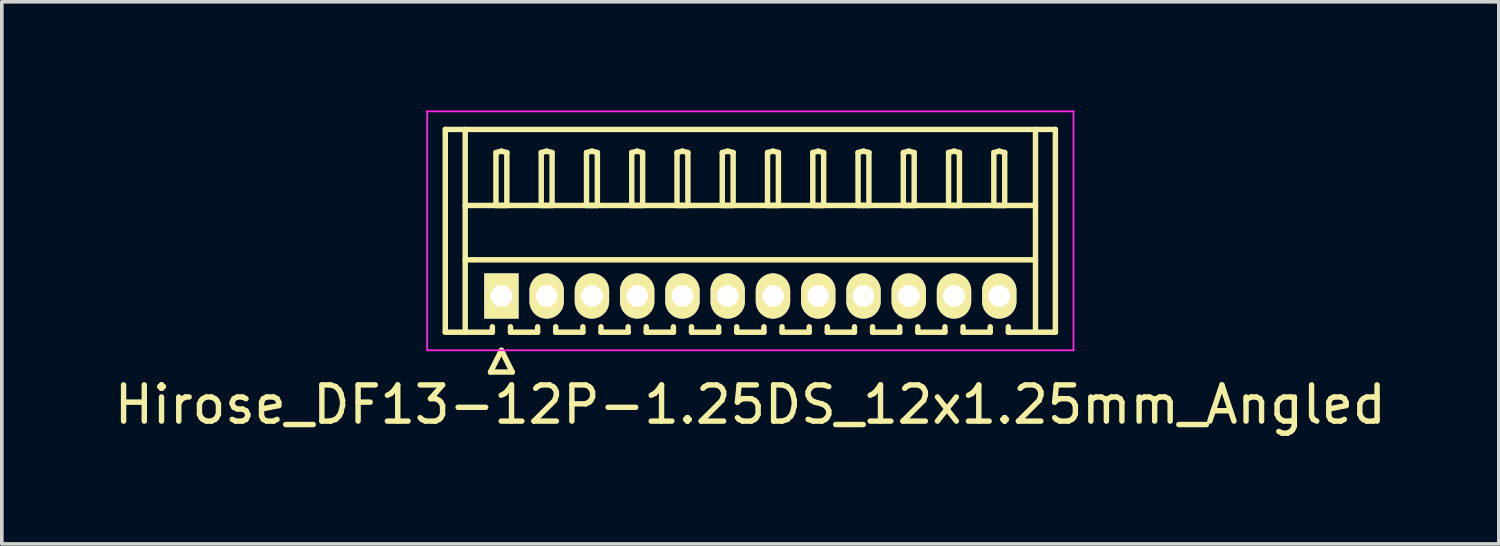
<source format=kicad_pcb>
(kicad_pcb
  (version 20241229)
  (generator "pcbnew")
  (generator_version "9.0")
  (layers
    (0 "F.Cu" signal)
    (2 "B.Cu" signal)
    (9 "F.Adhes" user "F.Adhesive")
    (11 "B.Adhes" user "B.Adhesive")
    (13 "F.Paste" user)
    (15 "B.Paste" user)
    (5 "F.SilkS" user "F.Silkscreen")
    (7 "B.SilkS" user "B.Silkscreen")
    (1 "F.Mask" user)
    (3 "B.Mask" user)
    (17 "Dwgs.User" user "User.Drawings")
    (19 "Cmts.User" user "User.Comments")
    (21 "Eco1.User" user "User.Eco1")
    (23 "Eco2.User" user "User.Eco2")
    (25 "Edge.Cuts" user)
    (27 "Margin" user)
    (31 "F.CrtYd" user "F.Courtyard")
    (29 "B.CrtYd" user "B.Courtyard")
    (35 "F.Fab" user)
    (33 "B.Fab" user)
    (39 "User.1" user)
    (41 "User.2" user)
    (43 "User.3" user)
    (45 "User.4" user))
  (footprint "Hirose_DF13-12P-1.25DS_12x1.25mm_Angled"
    (layer "F.Cu")
    (at 10.798 5.125)
    (property "Reference" "Hirose_DF13-12P-1.25DS_12x1.25mm_Angled" (at 6.875 3 0) (layer "F.SilkS") (effects (font (size 1 1) (thickness 0.15))))
    (attr through_hole)
    (fp_line (start -1.55 -4.6) (end 15.3 -4.6) (stroke (width 0.15) (type solid)) (layer "F.SilkS"))
    (fp_line (start -1.55 1) (end -1.55 -4.6) (stroke (width 0.15) (type solid)) (layer "F.SilkS"))
    (fp_line (start -1 -4.6) (end -1 1) (stroke (width 0.15) (type solid)) (layer "F.SilkS"))
    (fp_line (start -1 -2.5) (end 14.75 -2.5) (stroke (width 0.15) (type solid)) (layer "F.SilkS"))
    (fp_line (start -1 -1) (end 14.75 -1) (stroke (width 0.15) (type solid)) (layer "F.SilkS"))
    (fp_line (start -0.3 2.1) (end 0.3 2.1) (stroke (width 0.15) (type solid)) (layer "F.SilkS"))
    (fp_line (start -0.25 0.85) (end -0.25 1) (stroke (width 0.15) (type solid)) (layer "F.SilkS"))
    (fp_line (start -0.25 1) (end -1.55 1) (stroke (width 0.15) (type solid)) (layer "F.SilkS"))
    (fp_line (start -0.15 -3.962) (end 0 -4) (stroke (width 0.15) (type solid)) (layer "F.SilkS"))
    (fp_line (start -0.15 -2.5) (end -0.15 -3.962) (stroke (width 0.15) (type solid)) (layer "F.SilkS"))
    (fp_line (start 0 -4) (end 0.15 -3.962) (stroke (width 0.15) (type solid)) (layer "F.SilkS"))
    (fp_line (start 0 -2.5) (end -0.15 -2.5) (stroke (width 0.15) (type solid)) (layer "F.SilkS"))
    (fp_line (start 0 1.5) (end -0.3 2.1) (stroke (width 0.15) (type solid)) (layer "F.SilkS"))
    (fp_line (start 0.15 -3.962) (end 0.15 -2.5) (stroke (width 0.15) (type solid)) (layer "F.SilkS"))
    (fp_line (start 0.15 -2.5) (end 0 -2.5) (stroke (width 0.15) (type solid)) (layer "F.SilkS"))
    (fp_line (start 0.25 0.85) (end 0.25 1) (stroke (width 0.15) (type solid)) (layer "F.SilkS"))
    (fp_line (start 0.25 1) (end 1 1) (stroke (width 0.15) (type solid)) (layer "F.SilkS"))
    (fp_line (start 0.3 2.1) (end 0 1.5) (stroke (width 0.15) (type solid)) (layer "F.SilkS"))
    (fp_line (start 1 1) (end 1 0.85) (stroke (width 0.15) (type solid)) (layer "F.SilkS"))
    (fp_line (start 1.1 -3.962) (end 1.25 -4) (stroke (width 0.15) (type solid)) (layer "F.SilkS"))
    (fp_line (start 1.1 -2.5) (end 1.1 -3.962) (stroke (width 0.15) (type solid)) (layer "F.SilkS"))
    (fp_line (start 1.25 -4) (end 1.4 -3.962) (stroke (width 0.15) (type solid)) (layer "F.SilkS"))
    (fp_line (start 1.25 -2.5) (end 1.1 -2.5) (stroke (width 0.15) (type solid)) (layer "F.SilkS"))
    (fp_line (start 1.4 -3.962) (end 1.4 -2.5) (stroke (width 0.15) (type solid)) (layer "F.SilkS"))
    (fp_line (start 1.4 -2.5) (end 1.25 -2.5) (stroke (width 0.15) (type solid)) (layer "F.SilkS"))
    (fp_line (start 1.5 0.85) (end 1.5 1) (stroke (width 0.15) (type solid)) (layer "F.SilkS"))
    (fp_line (start 1.5 1) (end 2.25 1) (stroke (width 0.15) (type solid)) (layer "F.SilkS"))
    (fp_line (start 2.25 1) (end 2.25 0.85) (stroke (width 0.15) (type solid)) (layer "F.SilkS"))
    (fp_line (start 2.35 -3.962) (end 2.5 -4) (stroke (width 0.15) (type solid)) (layer "F.SilkS"))
    (fp_line (start 2.35 -2.5) (end 2.35 -3.962) (stroke (width 0.15) (type solid)) (layer "F.SilkS"))
    (fp_line (start 2.5 -4) (end 2.65 -3.962) (stroke (width 0.15) (type solid)) (layer "F.SilkS"))
    (fp_line (start 2.5 -2.5) (end 2.35 -2.5) (stroke (width 0.15) (type solid)) (layer "F.SilkS"))
    (fp_line (start 2.65 -3.962) (end 2.65 -2.5) (stroke (width 0.15) (type solid)) (layer "F.SilkS"))
    (fp_line (start 2.65 -2.5) (end 2.5 -2.5) (stroke (width 0.15) (type solid)) (layer "F.SilkS"))
    (fp_line (start 2.75 0.85) (end 2.75 1) (stroke (width 0.15) (type solid)) (layer "F.SilkS"))
    (fp_line (start 2.75 1) (end 3.5 1) (stroke (width 0.15) (type solid)) (layer "F.SilkS"))
    (fp_line (start 3.5 1) (end 3.5 0.85) (stroke (width 0.15) (type solid)) (layer "F.SilkS"))
    (fp_line (start 3.6 -3.962) (end 3.75 -4) (stroke (width 0.15) (type solid)) (layer "F.SilkS"))
    (fp_line (start 3.6 -2.5) (end 3.6 -3.962) (stroke (width 0.15) (type solid)) (layer "F.SilkS"))
    (fp_line (start 3.75 -4) (end 3.9 -3.962) (stroke (width 0.15) (type solid)) (layer "F.SilkS"))
    (fp_line (start 3.75 -2.5) (end 3.6 -2.5) (stroke (width 0.15) (type solid)) (layer "F.SilkS"))
    (fp_line (start 3.9 -3.962) (end 3.9 -2.5) (stroke (width 0.15) (type solid)) (layer "F.SilkS"))
    (fp_line (start 3.9 -2.5) (end 3.75 -2.5) (stroke (width 0.15) (type solid)) (layer "F.SilkS"))
    (fp_line (start 4 0.85) (end 4 1) (stroke (width 0.15) (type solid)) (layer "F.SilkS"))
    (fp_line (start 4 1) (end 4.75 1) (stroke (width 0.15) (type solid)) (layer "F.SilkS"))
    (fp_line (start 4.75 1) (end 4.75 0.85) (stroke (width 0.15) (type solid)) (layer "F.SilkS"))
    (fp_line (start 4.85 -3.962) (end 5 -4) (stroke (width 0.15) (type solid)) (layer "F.SilkS"))
    (fp_line (start 4.85 -2.5) (end 4.85 -3.962) (stroke (width 0.15) (type solid)) (layer "F.SilkS"))
    (fp_line (start 5 -4) (end 5.15 -3.962) (stroke (width 0.15) (type solid)) (layer "F.SilkS"))
    (fp_line (start 5 -2.5) (end 4.85 -2.5) (stroke (width 0.15) (type solid)) (layer "F.SilkS"))
    (fp_line (start 5.15 -3.962) (end 5.15 -2.5) (stroke (width 0.15) (type solid)) (layer "F.SilkS"))
    (fp_line (start 5.15 -2.5) (end 5 -2.5) (stroke (width 0.15) (type solid)) (layer "F.SilkS"))
    (fp_line (start 5.25 0.85) (end 5.25 1) (stroke (width 0.15) (type solid)) (layer "F.SilkS"))
    (fp_line (start 5.25 1) (end 6 1) (stroke (width 0.15) (type solid)) (layer "F.SilkS"))
    (fp_line (start 6 1) (end 6 0.85) (stroke (width 0.15) (type solid)) (layer "F.SilkS"))
    (fp_line (start 6.1 -3.962) (end 6.25 -4) (stroke (width 0.15) (type solid)) (layer "F.SilkS"))
    (fp_line (start 6.1 -2.5) (end 6.1 -3.962) (stroke (width 0.15) (type solid)) (layer "F.SilkS"))
    (fp_line (start 6.25 -4) (end 6.4 -3.962) (stroke (width 0.15) (type solid)) (layer "F.SilkS"))
    (fp_line (start 6.25 -2.5) (end 6.1 -2.5) (stroke (width 0.15) (type solid)) (layer "F.SilkS"))
    (fp_line (start 6.4 -3.962) (end 6.4 -2.5) (stroke (width 0.15) (type solid)) (layer "F.SilkS"))
    (fp_line (start 6.4 -2.5) (end 6.25 -2.5) (stroke (width 0.15) (type solid)) (layer "F.SilkS"))
    (fp_line (start 6.5 0.85) (end 6.5 1) (stroke (width 0.15) (type solid)) (layer "F.SilkS"))
    (fp_line (start 6.5 1) (end 7.25 1) (stroke (width 0.15) (type solid)) (layer "F.SilkS"))
    (fp_line (start 7.25 1) (end 7.25 0.85) (stroke (width 0.15) (type solid)) (layer "F.SilkS"))
    (fp_line (start 7.35 -3.962) (end 7.5 -4) (stroke (width 0.15) (type solid)) (layer "F.SilkS"))
    (fp_line (start 7.35 -2.5) (end 7.35 -3.962) (stroke (width 0.15) (type solid)) (layer "F.SilkS"))
    (fp_line (start 7.5 -4) (end 7.65 -3.962) (stroke (width 0.15) (type solid)) (layer "F.SilkS"))
    (fp_line (start 7.5 -2.5) (end 7.35 -2.5) (stroke (width 0.15) (type solid)) (layer "F.SilkS"))
    (fp_line (start 7.65 -3.962) (end 7.65 -2.5) (stroke (width 0.15) (type solid)) (layer "F.SilkS"))
    (fp_line (start 7.65 -2.5) (end 7.5 -2.5) (stroke (width 0.15) (type solid)) (layer "F.SilkS"))
    (fp_line (start 7.75 0.85) (end 7.75 1) (stroke (width 0.15) (type solid)) (layer "F.SilkS"))
    (fp_line (start 7.75 1) (end 8.5 1) (stroke (width 0.15) (type solid)) (layer "F.SilkS"))
    (fp_line (start 8.5 1) (end 8.5 0.85) (stroke (width 0.15) (type solid)) (layer "F.SilkS"))
    (fp_line (start 8.6 -3.962) (end 8.75 -4) (stroke (width 0.15) (type solid)) (layer "F.SilkS"))
    (fp_line (start 8.6 -2.5) (end 8.6 -3.962) (stroke (width 0.15) (type solid)) (layer "F.SilkS"))
    (fp_line (start 8.75 -4) (end 8.9 -3.962) (stroke (width 0.15) (type solid)) (layer "F.SilkS"))
    (fp_line (start 8.75 -2.5) (end 8.6 -2.5) (stroke (width 0.15) (type solid)) (layer "F.SilkS"))
    (fp_line (start 8.9 -3.962) (end 8.9 -2.5) (stroke (width 0.15) (type solid)) (layer "F.SilkS"))
    (fp_line (start 8.9 -2.5) (end 8.75 -2.5) (stroke (width 0.15) (type solid)) (layer "F.SilkS"))
    (fp_line (start 9 0.85) (end 9 1) (stroke (width 0.15) (type solid)) (layer "F.SilkS"))
    (fp_line (start 9 1) (end 9.75 1) (stroke (width 0.15) (type solid)) (layer "F.SilkS"))
    (fp_line (start 9.75 1) (end 9.75 0.85) (stroke (width 0.15) (type solid)) (layer "F.SilkS"))
    (fp_line (start 9.85 -3.962) (end 10 -4) (stroke (width 0.15) (type solid)) (layer "F.SilkS"))
    (fp_line (start 9.85 -2.5) (end 9.85 -3.962) (stroke (width 0.15) (type solid)) (layer "F.SilkS"))
    (fp_line (start 10 -4) (end 10.15 -3.962) (stroke (width 0.15) (type solid)) (layer "F.SilkS"))
    (fp_line (start 10 -2.5) (end 9.85 -2.5) (stroke (width 0.15) (type solid)) (layer "F.SilkS"))
    (fp_line (start 10.15 -3.962) (end 10.15 -2.5) (stroke (width 0.15) (type solid)) (layer "F.SilkS"))
    (fp_line (start 10.15 -2.5) (end 10 -2.5) (stroke (width 0.15) (type solid)) (layer "F.SilkS"))
    (fp_line (start 10.25 0.85) (end 10.25 1) (stroke (width 0.15) (type solid)) (layer "F.SilkS"))
    (fp_line (start 10.25 1) (end 11 1) (stroke (width 0.15) (type solid)) (layer "F.SilkS"))
    (fp_line (start 11 1) (end 11 0.85) (stroke (width 0.15) (type solid)) (layer "F.SilkS"))
    (fp_line (start 11.1 -3.962) (end 11.25 -4) (stroke (width 0.15) (type solid)) (layer "F.SilkS"))
    (fp_line (start 11.1 -2.5) (end 11.1 -3.962) (stroke (width 0.15) (type solid)) (layer "F.SilkS"))
    (fp_line (start 11.25 -4) (end 11.4 -3.962) (stroke (width 0.15) (type solid)) (layer "F.SilkS"))
    (fp_line (start 11.25 -2.5) (end 11.1 -2.5) (stroke (width 0.15) (type solid)) (layer "F.SilkS"))
    (fp_line (start 11.4 -3.962) (end 11.4 -2.5) (stroke (width 0.15) (type solid)) (layer "F.SilkS"))
    (fp_line (start 11.4 -2.5) (end 11.25 -2.5) (stroke (width 0.15) (type solid)) (layer "F.SilkS"))
    (fp_line (start 11.5 0.85) (end 11.5 1) (stroke (width 0.15) (type solid)) (layer "F.SilkS"))
    (fp_line (start 11.5 1) (end 12.25 1) (stroke (width 0.15) (type solid)) (layer "F.SilkS"))
    (fp_line (start 12.25 1) (end 12.25 0.85) (stroke (width 0.15) (type solid)) (layer "F.SilkS"))
    (fp_line (start 12.35 -3.962) (end 12.5 -4) (stroke (width 0.15) (type solid)) (layer "F.SilkS"))
    (fp_line (start 12.35 -2.5) (end 12.35 -3.962) (stroke (width 0.15) (type solid)) (layer "F.SilkS"))
    (fp_line (start 12.5 -4) (end 12.65 -3.962) (stroke (width 0.15) (type solid)) (layer "F.SilkS"))
    (fp_line (start 12.5 -2.5) (end 12.35 -2.5) (stroke (width 0.15) (type solid)) (layer "F.SilkS"))
    (fp_line (start 12.65 -3.962) (end 12.65 -2.5) (stroke (width 0.15) (type solid)) (layer "F.SilkS"))
    (fp_line (start 12.65 -2.5) (end 12.5 -2.5) (stroke (width 0.15) (type solid)) (layer "F.SilkS"))
    (fp_line (start 12.75 0.85) (end 12.75 1) (stroke (width 0.15) (type solid)) (layer "F.SilkS"))
    (fp_line (start 12.75 1) (end 13.5 1) (stroke (width 0.15) (type solid)) (layer "F.SilkS"))
    (fp_line (start 13.5 1) (end 13.5 0.85) (stroke (width 0.15) (type solid)) (layer "F.SilkS"))
    (fp_line (start 13.6 -3.962) (end 13.75 -4) (stroke (width 0.15) (type solid)) (layer "F.SilkS"))
    (fp_line (start 13.6 -2.5) (end 13.6 -3.962) (stroke (width 0.15) (type solid)) (layer "F.SilkS"))
    (fp_line (start 13.75 -4) (end 13.9 -3.962) (stroke (width 0.15) (type solid)) (layer "F.SilkS"))
    (fp_line (start 13.75 -2.5) (end 13.6 -2.5) (stroke (width 0.15) (type solid)) (layer "F.SilkS"))
    (fp_line (start 13.9 -3.962) (end 13.9 -2.5) (stroke (width 0.15) (type solid)) (layer "F.SilkS"))
    (fp_line (start 13.9 -2.5) (end 13.75 -2.5) (stroke (width 0.15) (type solid)) (layer "F.SilkS"))
    (fp_line (start 14 1) (end 14 0.85) (stroke (width 0.15) (type solid)) (layer "F.SilkS"))
    (fp_line (start 14.75 -4.6) (end 14.75 1) (stroke (width 0.15) (type solid)) (layer "F.SilkS"))
    (fp_line (start 15.3 -4.6) (end 15.3 1) (stroke (width 0.15) (type solid)) (layer "F.SilkS"))
    (fp_line (start 15.3 1) (end 14 1) (stroke (width 0.15) (type solid)) (layer "F.SilkS"))
    (fp_line (start -2.05 -5.1) (end -2.05 1.5) (stroke (width 0.05) (type solid)) (layer "F.CrtYd"))
    (fp_line (start -2.05 1.5) (end 15.8 1.5) (stroke (width 0.05) (type solid)) (layer "F.CrtYd"))
    (fp_line (start 15.8 -5.1) (end -2.05 -5.1) (stroke (width 0.05) (type solid)) (layer "F.CrtYd"))
    (fp_line (start 15.8 1.5) (end 15.8 -5.1) (stroke (width 0.05) (type solid)) (layer "F.CrtYd"))
    (pad "1" thru_hole rect (at 0 0) (size 0.95 1.25) (drill 0.6) (layers "*.Cu" "*.Mask" "F.SilkS"))
    (pad "2" thru_hole oval (at 1.25 0) (size 0.95 1.25) (drill 0.6) (layers "*.Cu" "*.Mask" "F.SilkS"))
    (pad "3" thru_hole oval (at 2.5 0) (size 0.95 1.25) (drill 0.6) (layers "*.Cu" "*.Mask" "F.SilkS"))
    (pad "4" thru_hole oval (at 3.75 0) (size 0.95 1.25) (drill 0.6) (layers "*.Cu" "*.Mask" "F.SilkS"))
    (pad "5" thru_hole oval (at 5 0) (size 0.95 1.25) (drill 0.6) (layers "*.Cu" "*.Mask" "F.SilkS"))
    (pad "6" thru_hole oval (at 6.25 0) (size 0.95 1.25) (drill 0.6) (layers "*.Cu" "*.Mask" "F.SilkS"))
    (pad "7" thru_hole oval (at 7.5 0) (size 0.95 1.25) (drill 0.6) (layers "*.Cu" "*.Mask" "F.SilkS"))
    (pad "8" thru_hole oval (at 8.75 0) (size 0.95 1.25) (drill 0.6) (layers "*.Cu" "*.Mask" "F.SilkS"))
    (pad "9" thru_hole oval (at 10 0) (size 0.95 1.25) (drill 0.6) (layers "*.Cu" "*.Mask" "F.SilkS"))
    (pad "10" thru_hole oval (at 11.25 0) (size 0.95 1.25) (drill 0.6) (layers "*.Cu" "*.Mask" "F.SilkS"))
    (pad "11" thru_hole oval (at 12.5 0) (size 0.95 1.25) (drill 0.6) (layers "*.Cu" "*.Mask" "F.SilkS"))
    (pad "12" thru_hole oval (at 13.75 0) (size 0.95 1.25) (drill 0.6) (layers "*.Cu" "*.Mask" "F.SilkS")))
  (gr_rect
    (start -3 -3)
    (end 38.345 11.973)
    (stroke (width 0.1) (type default))
    (fill no)
    (layer "Edge.Cuts")))
</source>
